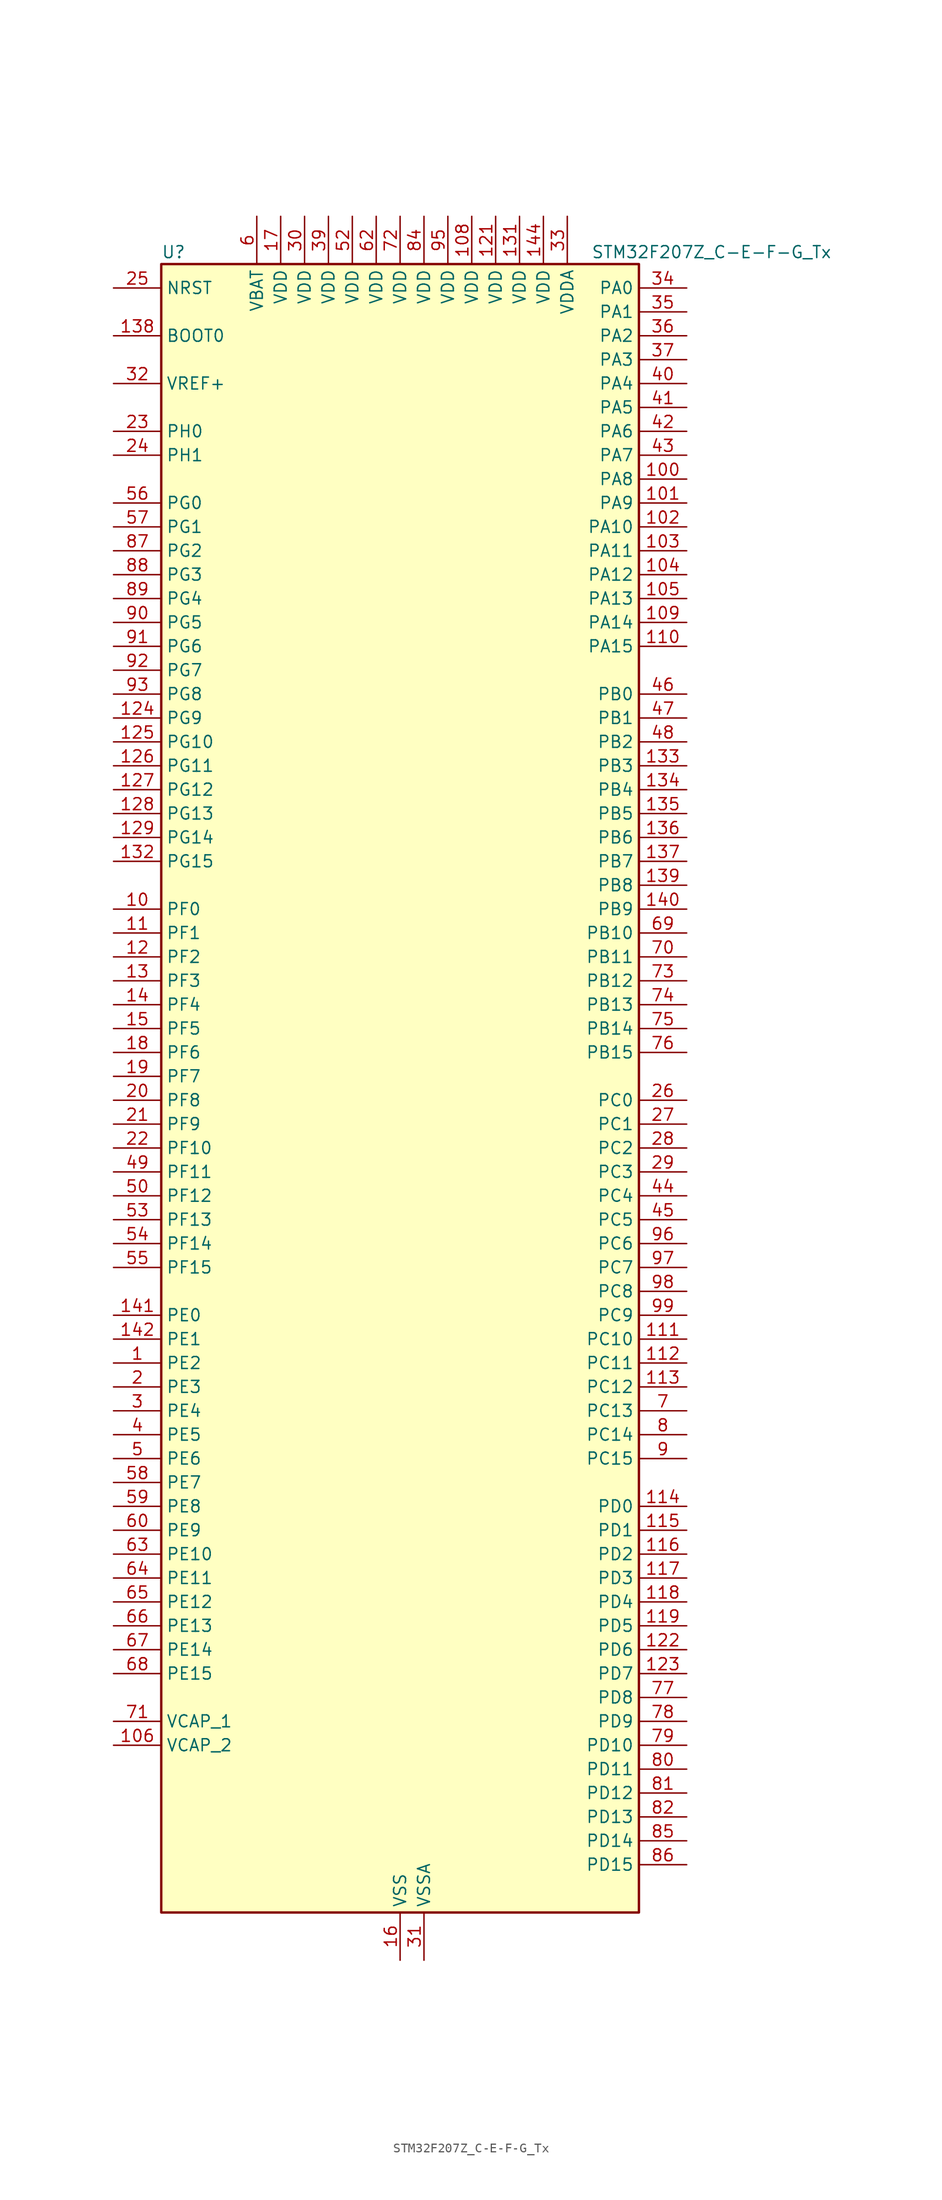
<source format=kicad_sym>
(kicad_symbol_lib
  (version 20231120)
  (generator "kicad_symbol_editor")
  (generator_version "8.0")
  (symbol "STM32F207Z_C-E-F-G_Tx"
    (property "Reference" "U"
      (at -25.4 90.17 0)
      (effects (font (size 1.27 1.27)) (justify left)))
    (property "Value" "STM32F207Z_C-E-F-G_Tx"
      (at 20.32 90.17 0)
      (effects (font (size 1.27 1.27)) (justify left)))
    (property "ki_locked" ""
      (at 0 0 0)
      (effects (font (size 1.27 1.27))))
    (symbol "STM32F207Z_C-E-F-G_Tx_0_1"
      (rectangle (start -25.4 -86.36) (end 25.4 88.9) (stroke (width 0.254) (type default)) (fill (type background))))
    (symbol "STM32F207Z_C-E-F-G_Tx_1_1"
      (pin bidirectional line (at -30.48 -27.94 0) (length 5.08) (name "PE2" (effects (font (size 1.27 1.27)))) (number "1" (effects (font (size 1.27 1.27)))) (alternate "ETH_TXD3" bidirectional line) (alternate "FSMC_A23" bidirectional line) (alternate "SYS_TRACECLK" bidirectional line))
      (pin bidirectional line (at -30.48 20.32 0) (length 5.08) (name "PF0" (effects (font (size 1.27 1.27)))) (number "10" (effects (font (size 1.27 1.27)))) (alternate "FSMC_A0" bidirectional line) (alternate "I2C2_SDA" bidirectional line))
      (pin bidirectional line (at 30.48 66.04 180) (length 5.08) (name "PA8" (effects (font (size 1.27 1.27)))) (number "100" (effects (font (size 1.27 1.27)))) (alternate "I2C3_SCL" bidirectional line) (alternate "RCC_MCO_1" bidirectional line) (alternate "TIM1_CH1" bidirectional line) (alternate "USART1_CK" bidirectional line) (alternate "USB_OTG_FS_SOF" bidirectional line))
      (pin bidirectional line (at 30.48 63.5 180) (length 5.08) (name "PA9" (effects (font (size 1.27 1.27)))) (number "101" (effects (font (size 1.27 1.27)))) (alternate "DAC_EXTI9" bidirectional line) (alternate "DCMI_D0" bidirectional line) (alternate "I2C3_SMBA" bidirectional line) (alternate "TIM1_CH2" bidirectional line) (alternate "USART1_TX" bidirectional line) (alternate "USB_OTG_FS_VBUS" bidirectional line))
      (pin bidirectional line (at 30.48 60.96 180) (length 5.08) (name "PA10" (effects (font (size 1.27 1.27)))) (number "102" (effects (font (size 1.27 1.27)))) (alternate "DCMI_D1" bidirectional line) (alternate "TIM1_CH3" bidirectional line) (alternate "USART1_RX" bidirectional line) (alternate "USB_OTG_FS_ID" bidirectional line))
      (pin bidirectional line (at 30.48 58.42 180) (length 5.08) (name "PA11" (effects (font (size 1.27 1.27)))) (number "103" (effects (font (size 1.27 1.27)))) (alternate "ADC1_EXTI11" bidirectional line) (alternate "ADC2_EXTI11" bidirectional line) (alternate "ADC3_EXTI11" bidirectional line) (alternate "CAN1_RX" bidirectional line) (alternate "TIM1_CH4" bidirectional line) (alternate "USART1_CTS" bidirectional line) (alternate "USB_OTG_FS_DM" bidirectional line))
      (pin bidirectional line (at 30.48 55.88 180) (length 5.08) (name "PA12" (effects (font (size 1.27 1.27)))) (number "104" (effects (font (size 1.27 1.27)))) (alternate "CAN1_TX" bidirectional line) (alternate "TIM1_ETR" bidirectional line) (alternate "USART1_RTS" bidirectional line) (alternate "USB_OTG_FS_DP" bidirectional line))
      (pin bidirectional line (at 30.48 53.34 180) (length 5.08) (name "PA13" (effects (font (size 1.27 1.27)))) (number "105" (effects (font (size 1.27 1.27)))) (alternate "SYS_JTMS-SWDIO" bidirectional line))
      (pin power_out line (at -30.48 -68.58 0) (length 5.08) (name "VCAP_2" (effects (font (size 1.27 1.27)))) (number "106" (effects (font (size 1.27 1.27)))))
      (pin passive line (at 0 -91.44 90) (length 5.08) hide (name "VSS" (effects (font (size 1.27 1.27)))) (number "107" (effects (font (size 1.27 1.27)))))
      (pin power_in line (at 7.62 93.98 270) (length 5.08) (name "VDD" (effects (font (size 1.27 1.27)))) (number "108" (effects (font (size 1.27 1.27)))))
      (pin bidirectional line (at 30.48 50.8 180) (length 5.08) (name "PA14" (effects (font (size 1.27 1.27)))) (number "109" (effects (font (size 1.27 1.27)))) (alternate "SYS_JTCK-SWCLK" bidirectional line))
      (pin bidirectional line (at -30.48 17.78 0) (length 5.08) (name "PF1" (effects (font (size 1.27 1.27)))) (number "11" (effects (font (size 1.27 1.27)))) (alternate "FSMC_A1" bidirectional line) (alternate "I2C2_SCL" bidirectional line))
      (pin bidirectional line (at 30.48 48.26 180) (length 5.08) (name "PA15" (effects (font (size 1.27 1.27)))) (number "110" (effects (font (size 1.27 1.27)))) (alternate "ADC1_EXTI15" bidirectional line) (alternate "ADC2_EXTI15" bidirectional line) (alternate "ADC3_EXTI15" bidirectional line) (alternate "I2S3_WS" bidirectional line) (alternate "SPI1_NSS" bidirectional line) (alternate "SPI3_NSS" bidirectional line) (alternate "SYS_JTDI" bidirectional line) (alternate "TIM2_CH1" bidirectional line) (alternate "TIM2_ETR" bidirectional line))
      (pin bidirectional line (at 30.48 -25.4 180) (length 5.08) (name "PC10" (effects (font (size 1.27 1.27)))) (number "111" (effects (font (size 1.27 1.27)))) (alternate "DCMI_D8" bidirectional line) (alternate "I2S3_SCK" bidirectional line) (alternate "SDIO_D2" bidirectional line) (alternate "SPI3_SCK" bidirectional line) (alternate "UART4_TX" bidirectional line) (alternate "USART3_TX" bidirectional line))
      (pin bidirectional line (at 30.48 -27.94 180) (length 5.08) (name "PC11" (effects (font (size 1.27 1.27)))) (number "112" (effects (font (size 1.27 1.27)))) (alternate "ADC1_EXTI11" bidirectional line) (alternate "ADC2_EXTI11" bidirectional line) (alternate "ADC3_EXTI11" bidirectional line) (alternate "DCMI_D4" bidirectional line) (alternate "SDIO_D3" bidirectional line) (alternate "SPI3_MISO" bidirectional line) (alternate "UART4_RX" bidirectional line) (alternate "USART3_RX" bidirectional line))
      (pin bidirectional line (at 30.48 -30.48 180) (length 5.08) (name "PC12" (effects (font (size 1.27 1.27)))) (number "113" (effects (font (size 1.27 1.27)))) (alternate "DCMI_D9" bidirectional line) (alternate "I2S3_SD" bidirectional line) (alternate "SDIO_CK" bidirectional line) (alternate "SPI3_MOSI" bidirectional line) (alternate "UART5_TX" bidirectional line) (alternate "USART3_CK" bidirectional line))
      (pin bidirectional line (at 30.48 -43.18 180) (length 5.08) (name "PD0" (effects (font (size 1.27 1.27)))) (number "114" (effects (font (size 1.27 1.27)))) (alternate "CAN1_RX" bidirectional line) (alternate "FSMC_D2" bidirectional line) (alternate "FSMC_DA2" bidirectional line))
      (pin bidirectional line (at 30.48 -45.72 180) (length 5.08) (name "PD1" (effects (font (size 1.27 1.27)))) (number "115" (effects (font (size 1.27 1.27)))) (alternate "CAN1_TX" bidirectional line) (alternate "FSMC_D3" bidirectional line) (alternate "FSMC_DA3" bidirectional line))
      (pin bidirectional line (at 30.48 -48.26 180) (length 5.08) (name "PD2" (effects (font (size 1.27 1.27)))) (number "116" (effects (font (size 1.27 1.27)))) (alternate "DCMI_D11" bidirectional line) (alternate "SDIO_CMD" bidirectional line) (alternate "TIM3_ETR" bidirectional line) (alternate "UART5_RX" bidirectional line))
      (pin bidirectional line (at 30.48 -50.8 180) (length 5.08) (name "PD3" (effects (font (size 1.27 1.27)))) (number "117" (effects (font (size 1.27 1.27)))) (alternate "FSMC_CLK" bidirectional line) (alternate "USART2_CTS" bidirectional line))
      (pin bidirectional line (at 30.48 -53.34 180) (length 5.08) (name "PD4" (effects (font (size 1.27 1.27)))) (number "118" (effects (font (size 1.27 1.27)))) (alternate "FSMC_NOE" bidirectional line) (alternate "USART2_RTS" bidirectional line))
      (pin bidirectional line (at 30.48 -55.88 180) (length 5.08) (name "PD5" (effects (font (size 1.27 1.27)))) (number "119" (effects (font (size 1.27 1.27)))) (alternate "FSMC_NWE" bidirectional line) (alternate "USART2_TX" bidirectional line))
      (pin bidirectional line (at -30.48 15.24 0) (length 5.08) (name "PF2" (effects (font (size 1.27 1.27)))) (number "12" (effects (font (size 1.27 1.27)))) (alternate "FSMC_A2" bidirectional line) (alternate "I2C2_SMBA" bidirectional line))
      (pin passive line (at 0 -91.44 90) (length 5.08) hide (name "VSS" (effects (font (size 1.27 1.27)))) (number "120" (effects (font (size 1.27 1.27)))))
      (pin power_in line (at 10.16 93.98 270) (length 5.08) (name "VDD" (effects (font (size 1.27 1.27)))) (number "121" (effects (font (size 1.27 1.27)))))
      (pin bidirectional line (at 30.48 -58.42 180) (length 5.08) (name "PD6" (effects (font (size 1.27 1.27)))) (number "122" (effects (font (size 1.27 1.27)))) (alternate "FSMC_NWAIT" bidirectional line) (alternate "USART2_RX" bidirectional line))
      (pin bidirectional line (at 30.48 -60.96 180) (length 5.08) (name "PD7" (effects (font (size 1.27 1.27)))) (number "123" (effects (font (size 1.27 1.27)))) (alternate "FSMC_NCE2" bidirectional line) (alternate "FSMC_NE1" bidirectional line) (alternate "USART2_CK" bidirectional line))
      (pin bidirectional line (at -30.48 40.64 0) (length 5.08) (name "PG9" (effects (font (size 1.27 1.27)))) (number "124" (effects (font (size 1.27 1.27)))) (alternate "DAC_EXTI9" bidirectional line) (alternate "FSMC_NCE3" bidirectional line) (alternate "FSMC_NE2" bidirectional line) (alternate "USART6_RX" bidirectional line))
      (pin bidirectional line (at -30.48 38.1 0) (length 5.08) (name "PG10" (effects (font (size 1.27 1.27)))) (number "125" (effects (font (size 1.27 1.27)))) (alternate "FSMC_NCE4_1" bidirectional line) (alternate "FSMC_NE3" bidirectional line))
      (pin bidirectional line (at -30.48 35.56 0) (length 5.08) (name "PG11" (effects (font (size 1.27 1.27)))) (number "126" (effects (font (size 1.27 1.27)))) (alternate "ADC1_EXTI11" bidirectional line) (alternate "ADC2_EXTI11" bidirectional line) (alternate "ADC3_EXTI11" bidirectional line) (alternate "ETH_TX_EN" bidirectional line) (alternate "FSMC_NCE4_2" bidirectional line))
      (pin bidirectional line (at -30.48 33.02 0) (length 5.08) (name "PG12" (effects (font (size 1.27 1.27)))) (number "127" (effects (font (size 1.27 1.27)))) (alternate "FSMC_NE4" bidirectional line) (alternate "USART6_RTS" bidirectional line))
      (pin bidirectional line (at -30.48 30.48 0) (length 5.08) (name "PG13" (effects (font (size 1.27 1.27)))) (number "128" (effects (font (size 1.27 1.27)))) (alternate "ETH_TXD0" bidirectional line) (alternate "FSMC_A24" bidirectional line) (alternate "USART6_CTS" bidirectional line))
      (pin bidirectional line (at -30.48 27.94 0) (length 5.08) (name "PG14" (effects (font (size 1.27 1.27)))) (number "129" (effects (font (size 1.27 1.27)))) (alternate "ETH_TXD1" bidirectional line) (alternate "FSMC_A25" bidirectional line) (alternate "USART6_TX" bidirectional line))
      (pin bidirectional line (at -30.48 12.7 0) (length 5.08) (name "PF3" (effects (font (size 1.27 1.27)))) (number "13" (effects (font (size 1.27 1.27)))) (alternate "ADC3_IN9" bidirectional line) (alternate "FSMC_A3" bidirectional line))
      (pin passive line (at 0 -91.44 90) (length 5.08) hide (name "VSS" (effects (font (size 1.27 1.27)))) (number "130" (effects (font (size 1.27 1.27)))))
      (pin power_in line (at 12.7 93.98 270) (length 5.08) (name "VDD" (effects (font (size 1.27 1.27)))) (number "131" (effects (font (size 1.27 1.27)))))
      (pin bidirectional line (at -30.48 25.4 0) (length 5.08) (name "PG15" (effects (font (size 1.27 1.27)))) (number "132" (effects (font (size 1.27 1.27)))) (alternate "ADC1_EXTI15" bidirectional line) (alternate "ADC2_EXTI15" bidirectional line) (alternate "ADC3_EXTI15" bidirectional line) (alternate "DCMI_D13" bidirectional line) (alternate "USART6_CTS" bidirectional line))
      (pin bidirectional line (at 30.48 35.56 180) (length 5.08) (name "PB3" (effects (font (size 1.27 1.27)))) (number "133" (effects (font (size 1.27 1.27)))) (alternate "I2S3_SCK" bidirectional line) (alternate "SPI1_SCK" bidirectional line) (alternate "SPI3_SCK" bidirectional line) (alternate "SYS_JTDO-SWO" bidirectional line) (alternate "TIM2_CH2" bidirectional line))
      (pin bidirectional line (at 30.48 33.02 180) (length 5.08) (name "PB4" (effects (font (size 1.27 1.27)))) (number "134" (effects (font (size 1.27 1.27)))) (alternate "SPI1_MISO" bidirectional line) (alternate "SPI3_MISO" bidirectional line) (alternate "SYS_JTRST" bidirectional line) (alternate "TIM3_CH1" bidirectional line))
      (pin bidirectional line (at 30.48 30.48 180) (length 5.08) (name "PB5" (effects (font (size 1.27 1.27)))) (number "135" (effects (font (size 1.27 1.27)))) (alternate "CAN2_RX" bidirectional line) (alternate "DCMI_D10" bidirectional line) (alternate "ETH_PPS_OUT" bidirectional line) (alternate "I2C1_SMBA" bidirectional line) (alternate "I2S3_SD" bidirectional line) (alternate "SPI1_MOSI" bidirectional line) (alternate "SPI3_MOSI" bidirectional line) (alternate "TIM3_CH2" bidirectional line) (alternate "USB_OTG_HS_ULPI_D7" bidirectional line))
      (pin bidirectional line (at 30.48 27.94 180) (length 5.08) (name "PB6" (effects (font (size 1.27 1.27)))) (number "136" (effects (font (size 1.27 1.27)))) (alternate "CAN2_TX" bidirectional line) (alternate "DCMI_D5" bidirectional line) (alternate "I2C1_SCL" bidirectional line) (alternate "TIM4_CH1" bidirectional line) (alternate "USART1_TX" bidirectional line))
      (pin bidirectional line (at 30.48 25.4 180) (length 5.08) (name "PB7" (effects (font (size 1.27 1.27)))) (number "137" (effects (font (size 1.27 1.27)))) (alternate "DCMI_VSYNC" bidirectional line) (alternate "FSMC_NL" bidirectional line) (alternate "I2C1_SDA" bidirectional line) (alternate "TIM4_CH2" bidirectional line) (alternate "USART1_RX" bidirectional line))
      (pin input line (at -30.48 81.28 0) (length 5.08) (name "BOOT0" (effects (font (size 1.27 1.27)))) (number "138" (effects (font (size 1.27 1.27)))))
      (pin bidirectional line (at 30.48 22.86 180) (length 5.08) (name "PB8" (effects (font (size 1.27 1.27)))) (number "139" (effects (font (size 1.27 1.27)))) (alternate "CAN1_RX" bidirectional line) (alternate "DCMI_D6" bidirectional line) (alternate "ETH_TXD3" bidirectional line) (alternate "I2C1_SCL" bidirectional line) (alternate "SDIO_D4" bidirectional line) (alternate "TIM10_CH1" bidirectional line) (alternate "TIM4_CH3" bidirectional line))
      (pin bidirectional line (at -30.48 10.16 0) (length 5.08) (name "PF4" (effects (font (size 1.27 1.27)))) (number "14" (effects (font (size 1.27 1.27)))) (alternate "ADC3_IN14" bidirectional line) (alternate "FSMC_A4" bidirectional line))
      (pin bidirectional line (at 30.48 20.32 180) (length 5.08) (name "PB9" (effects (font (size 1.27 1.27)))) (number "140" (effects (font (size 1.27 1.27)))) (alternate "CAN1_TX" bidirectional line) (alternate "DAC_EXTI9" bidirectional line) (alternate "DCMI_D7" bidirectional line) (alternate "I2C1_SDA" bidirectional line) (alternate "I2S2_WS" bidirectional line) (alternate "SDIO_D5" bidirectional line) (alternate "SPI2_NSS" bidirectional line) (alternate "TIM11_CH1" bidirectional line) (alternate "TIM4_CH4" bidirectional line))
      (pin bidirectional line (at -30.48 -22.86 0) (length 5.08) (name "PE0" (effects (font (size 1.27 1.27)))) (number "141" (effects (font (size 1.27 1.27)))) (alternate "DCMI_D2" bidirectional line) (alternate "FSMC_NBL0" bidirectional line) (alternate "TIM4_ETR" bidirectional line))
      (pin bidirectional line (at -30.48 -25.4 0) (length 5.08) (name "PE1" (effects (font (size 1.27 1.27)))) (number "142" (effects (font (size 1.27 1.27)))) (alternate "DCMI_D3" bidirectional line) (alternate "FSMC_NBL1" bidirectional line))
      (pin no_connect line (at -25.4 -86.36 0) (length 5.08) hide (name "RFU" (effects (font (size 1.27 1.27)))) (number "143" (effects (font (size 1.27 1.27)))))
      (pin power_in line (at 15.24 93.98 270) (length 5.08) (name "VDD" (effects (font (size 1.27 1.27)))) (number "144" (effects (font (size 1.27 1.27)))))
      (pin bidirectional line (at -30.48 7.62 0) (length 5.08) (name "PF5" (effects (font (size 1.27 1.27)))) (number "15" (effects (font (size 1.27 1.27)))) (alternate "ADC3_IN15" bidirectional line) (alternate "FSMC_A5" bidirectional line))
      (pin power_in line (at 0 -91.44 90) (length 5.08) (name "VSS" (effects (font (size 1.27 1.27)))) (number "16" (effects (font (size 1.27 1.27)))))
      (pin power_in line (at -12.7 93.98 270) (length 5.08) (name "VDD" (effects (font (size 1.27 1.27)))) (number "17" (effects (font (size 1.27 1.27)))))
      (pin bidirectional line (at -30.48 5.08 0) (length 5.08) (name "PF6" (effects (font (size 1.27 1.27)))) (number "18" (effects (font (size 1.27 1.27)))) (alternate "ADC3_IN4" bidirectional line) (alternate "FSMC_NIORD" bidirectional line) (alternate "TIM10_CH1" bidirectional line))
      (pin bidirectional line (at -30.48 2.54 0) (length 5.08) (name "PF7" (effects (font (size 1.27 1.27)))) (number "19" (effects (font (size 1.27 1.27)))) (alternate "ADC3_IN5" bidirectional line) (alternate "FSMC_NREG" bidirectional line) (alternate "TIM11_CH1" bidirectional line))
      (pin bidirectional line (at -30.48 -30.48 0) (length 5.08) (name "PE3" (effects (font (size 1.27 1.27)))) (number "2" (effects (font (size 1.27 1.27)))) (alternate "FSMC_A19" bidirectional line) (alternate "SYS_TRACED0" bidirectional line))
      (pin bidirectional line (at -30.48 0 0) (length 5.08) (name "PF8" (effects (font (size 1.27 1.27)))) (number "20" (effects (font (size 1.27 1.27)))) (alternate "ADC3_IN6" bidirectional line) (alternate "FSMC_NIOWR" bidirectional line) (alternate "TIM13_CH1" bidirectional line))
      (pin bidirectional line (at -30.48 -2.54 0) (length 5.08) (name "PF9" (effects (font (size 1.27 1.27)))) (number "21" (effects (font (size 1.27 1.27)))) (alternate "ADC3_IN7" bidirectional line) (alternate "DAC_EXTI9" bidirectional line) (alternate "FSMC_CD" bidirectional line) (alternate "TIM14_CH1" bidirectional line))
      (pin bidirectional line (at -30.48 -5.08 0) (length 5.08) (name "PF10" (effects (font (size 1.27 1.27)))) (number "22" (effects (font (size 1.27 1.27)))) (alternate "ADC3_IN8" bidirectional line) (alternate "FSMC_INTR" bidirectional line))
      (pin bidirectional line (at -30.48 71.12 0) (length 5.08) (name "PH0" (effects (font (size 1.27 1.27)))) (number "23" (effects (font (size 1.27 1.27)))) (alternate "RCC_OSC_IN" bidirectional line))
      (pin bidirectional line (at -30.48 68.58 0) (length 5.08) (name "PH1" (effects (font (size 1.27 1.27)))) (number "24" (effects (font (size 1.27 1.27)))) (alternate "RCC_OSC_OUT" bidirectional line))
      (pin input line (at -30.48 86.36 0) (length 5.08) (name "NRST" (effects (font (size 1.27 1.27)))) (number "25" (effects (font (size 1.27 1.27)))))
      (pin bidirectional line (at 30.48 0 180) (length 5.08) (name "PC0" (effects (font (size 1.27 1.27)))) (number "26" (effects (font (size 1.27 1.27)))) (alternate "ADC1_IN10" bidirectional line) (alternate "ADC2_IN10" bidirectional line) (alternate "ADC3_IN10" bidirectional line) (alternate "USB_OTG_HS_ULPI_STP" bidirectional line))
      (pin bidirectional line (at 30.48 -2.54 180) (length 5.08) (name "PC1" (effects (font (size 1.27 1.27)))) (number "27" (effects (font (size 1.27 1.27)))) (alternate "ADC1_IN11" bidirectional line) (alternate "ADC2_IN11" bidirectional line) (alternate "ADC3_IN11" bidirectional line) (alternate "ETH_MDC" bidirectional line))
      (pin bidirectional line (at 30.48 -5.08 180) (length 5.08) (name "PC2" (effects (font (size 1.27 1.27)))) (number "28" (effects (font (size 1.27 1.27)))) (alternate "ADC1_IN12" bidirectional line) (alternate "ADC2_IN12" bidirectional line) (alternate "ADC3_IN12" bidirectional line) (alternate "ETH_TXD2" bidirectional line) (alternate "SPI2_MISO" bidirectional line) (alternate "USB_OTG_HS_ULPI_DIR" bidirectional line))
      (pin bidirectional line (at 30.48 -7.62 180) (length 5.08) (name "PC3" (effects (font (size 1.27 1.27)))) (number "29" (effects (font (size 1.27 1.27)))) (alternate "ADC1_IN13" bidirectional line) (alternate "ADC2_IN13" bidirectional line) (alternate "ADC3_IN13" bidirectional line) (alternate "ETH_TX_CLK" bidirectional line) (alternate "I2S2_SD" bidirectional line) (alternate "SPI2_MOSI" bidirectional line) (alternate "USB_OTG_HS_ULPI_NXT" bidirectional line))
      (pin bidirectional line (at -30.48 -33.02 0) (length 5.08) (name "PE4" (effects (font (size 1.27 1.27)))) (number "3" (effects (font (size 1.27 1.27)))) (alternate "DCMI_D4" bidirectional line) (alternate "FSMC_A20" bidirectional line) (alternate "SYS_TRACED1" bidirectional line))
      (pin power_in line (at -10.16 93.98 270) (length 5.08) (name "VDD" (effects (font (size 1.27 1.27)))) (number "30" (effects (font (size 1.27 1.27)))))
      (pin power_in line (at 2.54 -91.44 90) (length 5.08) (name "VSSA" (effects (font (size 1.27 1.27)))) (number "31" (effects (font (size 1.27 1.27)))))
      (pin input line (at -30.48 76.2 0) (length 5.08) (name "VREF+" (effects (font (size 1.27 1.27)))) (number "32" (effects (font (size 1.27 1.27)))))
      (pin power_in line (at 17.78 93.98 270) (length 5.08) (name "VDDA" (effects (font (size 1.27 1.27)))) (number "33" (effects (font (size 1.27 1.27)))))
      (pin bidirectional line (at 30.48 86.36 180) (length 5.08) (name "PA0" (effects (font (size 1.27 1.27)))) (number "34" (effects (font (size 1.27 1.27)))) (alternate "ADC1_IN0" bidirectional line) (alternate "ADC2_IN0" bidirectional line) (alternate "ADC3_IN0" bidirectional line) (alternate "ETH_CRS" bidirectional line) (alternate "SYS_WKUP" bidirectional line) (alternate "TIM2_CH1" bidirectional line) (alternate "TIM2_ETR" bidirectional line) (alternate "TIM5_CH1" bidirectional line) (alternate "TIM8_ETR" bidirectional line) (alternate "UART4_TX" bidirectional line) (alternate "USART2_CTS" bidirectional line))
      (pin bidirectional line (at 30.48 83.82 180) (length 5.08) (name "PA1" (effects (font (size 1.27 1.27)))) (number "35" (effects (font (size 1.27 1.27)))) (alternate "ADC1_IN1" bidirectional line) (alternate "ADC2_IN1" bidirectional line) (alternate "ADC3_IN1" bidirectional line) (alternate "ETH_REF_CLK" bidirectional line) (alternate "ETH_RX_CLK" bidirectional line) (alternate "TIM2_CH2" bidirectional line) (alternate "TIM5_CH2" bidirectional line) (alternate "UART4_RX" bidirectional line) (alternate "USART2_RTS" bidirectional line))
      (pin bidirectional line (at 30.48 81.28 180) (length 5.08) (name "PA2" (effects (font (size 1.27 1.27)))) (number "36" (effects (font (size 1.27 1.27)))) (alternate "ADC1_IN2" bidirectional line) (alternate "ADC2_IN2" bidirectional line) (alternate "ADC3_IN2" bidirectional line) (alternate "ETH_MDIO" bidirectional line) (alternate "TIM2_CH3" bidirectional line) (alternate "TIM5_CH3" bidirectional line) (alternate "TIM9_CH1" bidirectional line) (alternate "USART2_TX" bidirectional line))
      (pin bidirectional line (at 30.48 78.74 180) (length 5.08) (name "PA3" (effects (font (size 1.27 1.27)))) (number "37" (effects (font (size 1.27 1.27)))) (alternate "ADC1_IN3" bidirectional line) (alternate "ADC2_IN3" bidirectional line) (alternate "ADC3_IN3" bidirectional line) (alternate "ETH_COL" bidirectional line) (alternate "TIM2_CH4" bidirectional line) (alternate "TIM5_CH4" bidirectional line) (alternate "TIM9_CH2" bidirectional line) (alternate "USART2_RX" bidirectional line) (alternate "USB_OTG_HS_ULPI_D0" bidirectional line))
      (pin passive line (at 0 -91.44 90) (length 5.08) hide (name "VSS" (effects (font (size 1.27 1.27)))) (number "38" (effects (font (size 1.27 1.27)))))
      (pin power_in line (at -7.62 93.98 270) (length 5.08) (name "VDD" (effects (font (size 1.27 1.27)))) (number "39" (effects (font (size 1.27 1.27)))))
      (pin bidirectional line (at -30.48 -35.56 0) (length 5.08) (name "PE5" (effects (font (size 1.27 1.27)))) (number "4" (effects (font (size 1.27 1.27)))) (alternate "DCMI_D6" bidirectional line) (alternate "FSMC_A21" bidirectional line) (alternate "SYS_TRACED2" bidirectional line) (alternate "TIM9_CH1" bidirectional line))
      (pin bidirectional line (at 30.48 76.2 180) (length 5.08) (name "PA4" (effects (font (size 1.27 1.27)))) (number "40" (effects (font (size 1.27 1.27)))) (alternate "ADC1_IN4" bidirectional line) (alternate "ADC2_IN4" bidirectional line) (alternate "DAC_OUT1" bidirectional line) (alternate "DCMI_HSYNC" bidirectional line) (alternate "I2S3_WS" bidirectional line) (alternate "SPI1_NSS" bidirectional line) (alternate "SPI3_NSS" bidirectional line) (alternate "USART2_CK" bidirectional line) (alternate "USB_OTG_HS_SOF" bidirectional line))
      (pin bidirectional line (at 30.48 73.66 180) (length 5.08) (name "PA5" (effects (font (size 1.27 1.27)))) (number "41" (effects (font (size 1.27 1.27)))) (alternate "ADC1_IN5" bidirectional line) (alternate "ADC2_IN5" bidirectional line) (alternate "DAC_OUT2" bidirectional line) (alternate "SPI1_SCK" bidirectional line) (alternate "TIM2_CH1" bidirectional line) (alternate "TIM2_ETR" bidirectional line) (alternate "TIM8_CH1N" bidirectional line) (alternate "USB_OTG_HS_ULPI_CK" bidirectional line))
      (pin bidirectional line (at 30.48 71.12 180) (length 5.08) (name "PA6" (effects (font (size 1.27 1.27)))) (number "42" (effects (font (size 1.27 1.27)))) (alternate "ADC1_IN6" bidirectional line) (alternate "ADC2_IN6" bidirectional line) (alternate "DCMI_PIXCLK" bidirectional line) (alternate "SPI1_MISO" bidirectional line) (alternate "TIM13_CH1" bidirectional line) (alternate "TIM1_BKIN" bidirectional line) (alternate "TIM3_CH1" bidirectional line) (alternate "TIM8_BKIN" bidirectional line))
      (pin bidirectional line (at 30.48 68.58 180) (length 5.08) (name "PA7" (effects (font (size 1.27 1.27)))) (number "43" (effects (font (size 1.27 1.27)))) (alternate "ADC1_IN7" bidirectional line) (alternate "ADC2_IN7" bidirectional line) (alternate "ETH_CRS_DV" bidirectional line) (alternate "ETH_RX_DV" bidirectional line) (alternate "SPI1_MOSI" bidirectional line) (alternate "TIM14_CH1" bidirectional line) (alternate "TIM1_CH1N" bidirectional line) (alternate "TIM3_CH2" bidirectional line) (alternate "TIM8_CH1N" bidirectional line))
      (pin bidirectional line (at 30.48 -10.16 180) (length 5.08) (name "PC4" (effects (font (size 1.27 1.27)))) (number "44" (effects (font (size 1.27 1.27)))) (alternate "ADC1_IN14" bidirectional line) (alternate "ADC2_IN14" bidirectional line) (alternate "ETH_RXD0" bidirectional line))
      (pin bidirectional line (at 30.48 -12.7 180) (length 5.08) (name "PC5" (effects (font (size 1.27 1.27)))) (number "45" (effects (font (size 1.27 1.27)))) (alternate "ADC1_IN15" bidirectional line) (alternate "ADC2_IN15" bidirectional line) (alternate "ETH_RXD1" bidirectional line))
      (pin bidirectional line (at 30.48 43.18 180) (length 5.08) (name "PB0" (effects (font (size 1.27 1.27)))) (number "46" (effects (font (size 1.27 1.27)))) (alternate "ADC1_IN8" bidirectional line) (alternate "ADC2_IN8" bidirectional line) (alternate "ETH_RXD2" bidirectional line) (alternate "TIM1_CH2N" bidirectional line) (alternate "TIM3_CH3" bidirectional line) (alternate "TIM8_CH2N" bidirectional line) (alternate "USB_OTG_HS_ULPI_D1" bidirectional line))
      (pin bidirectional line (at 30.48 40.64 180) (length 5.08) (name "PB1" (effects (font (size 1.27 1.27)))) (number "47" (effects (font (size 1.27 1.27)))) (alternate "ADC1_IN9" bidirectional line) (alternate "ADC2_IN9" bidirectional line) (alternate "ETH_RXD3" bidirectional line) (alternate "TIM1_CH3N" bidirectional line) (alternate "TIM3_CH4" bidirectional line) (alternate "TIM8_CH3N" bidirectional line) (alternate "USB_OTG_HS_ULPI_D2" bidirectional line))
      (pin bidirectional line (at 30.48 38.1 180) (length 5.08) (name "PB2" (effects (font (size 1.27 1.27)))) (number "48" (effects (font (size 1.27 1.27)))))
      (pin bidirectional line (at -30.48 -7.62 0) (length 5.08) (name "PF11" (effects (font (size 1.27 1.27)))) (number "49" (effects (font (size 1.27 1.27)))) (alternate "ADC1_EXTI11" bidirectional line) (alternate "ADC2_EXTI11" bidirectional line) (alternate "ADC3_EXTI11" bidirectional line) (alternate "DCMI_D12" bidirectional line))
      (pin bidirectional line (at -30.48 -38.1 0) (length 5.08) (name "PE6" (effects (font (size 1.27 1.27)))) (number "5" (effects (font (size 1.27 1.27)))) (alternate "DCMI_D7" bidirectional line) (alternate "FSMC_A22" bidirectional line) (alternate "SYS_TRACED3" bidirectional line) (alternate "TIM9_CH2" bidirectional line))
      (pin bidirectional line (at -30.48 -10.16 0) (length 5.08) (name "PF12" (effects (font (size 1.27 1.27)))) (number "50" (effects (font (size 1.27 1.27)))) (alternate "FSMC_A6" bidirectional line))
      (pin passive line (at 0 -91.44 90) (length 5.08) hide (name "VSS" (effects (font (size 1.27 1.27)))) (number "51" (effects (font (size 1.27 1.27)))))
      (pin power_in line (at -5.08 93.98 270) (length 5.08) (name "VDD" (effects (font (size 1.27 1.27)))) (number "52" (effects (font (size 1.27 1.27)))))
      (pin bidirectional line (at -30.48 -12.7 0) (length 5.08) (name "PF13" (effects (font (size 1.27 1.27)))) (number "53" (effects (font (size 1.27 1.27)))) (alternate "FSMC_A7" bidirectional line))
      (pin bidirectional line (at -30.48 -15.24 0) (length 5.08) (name "PF14" (effects (font (size 1.27 1.27)))) (number "54" (effects (font (size 1.27 1.27)))) (alternate "FSMC_A8" bidirectional line))
      (pin bidirectional line (at -30.48 -17.78 0) (length 5.08) (name "PF15" (effects (font (size 1.27 1.27)))) (number "55" (effects (font (size 1.27 1.27)))) (alternate "ADC1_EXTI15" bidirectional line) (alternate "ADC2_EXTI15" bidirectional line) (alternate "ADC3_EXTI15" bidirectional line) (alternate "FSMC_A9" bidirectional line))
      (pin bidirectional line (at -30.48 63.5 0) (length 5.08) (name "PG0" (effects (font (size 1.27 1.27)))) (number "56" (effects (font (size 1.27 1.27)))) (alternate "FSMC_A10" bidirectional line))
      (pin bidirectional line (at -30.48 60.96 0) (length 5.08) (name "PG1" (effects (font (size 1.27 1.27)))) (number "57" (effects (font (size 1.27 1.27)))) (alternate "FSMC_A11" bidirectional line))
      (pin bidirectional line (at -30.48 -40.64 0) (length 5.08) (name "PE7" (effects (font (size 1.27 1.27)))) (number "58" (effects (font (size 1.27 1.27)))) (alternate "FSMC_D4" bidirectional line) (alternate "FSMC_DA4" bidirectional line) (alternate "TIM1_ETR" bidirectional line))
      (pin bidirectional line (at -30.48 -43.18 0) (length 5.08) (name "PE8" (effects (font (size 1.27 1.27)))) (number "59" (effects (font (size 1.27 1.27)))) (alternate "FSMC_D5" bidirectional line) (alternate "FSMC_DA5" bidirectional line) (alternate "TIM1_CH1N" bidirectional line))
      (pin power_in line (at -15.24 93.98 270) (length 5.08) (name "VBAT" (effects (font (size 1.27 1.27)))) (number "6" (effects (font (size 1.27 1.27)))))
      (pin bidirectional line (at -30.48 -45.72 0) (length 5.08) (name "PE9" (effects (font (size 1.27 1.27)))) (number "60" (effects (font (size 1.27 1.27)))) (alternate "DAC_EXTI9" bidirectional line) (alternate "FSMC_D6" bidirectional line) (alternate "FSMC_DA6" bidirectional line) (alternate "TIM1_CH1" bidirectional line))
      (pin passive line (at 0 -91.44 90) (length 5.08) hide (name "VSS" (effects (font (size 1.27 1.27)))) (number "61" (effects (font (size 1.27 1.27)))))
      (pin power_in line (at -2.54 93.98 270) (length 5.08) (name "VDD" (effects (font (size 1.27 1.27)))) (number "62" (effects (font (size 1.27 1.27)))))
      (pin bidirectional line (at -30.48 -48.26 0) (length 5.08) (name "PE10" (effects (font (size 1.27 1.27)))) (number "63" (effects (font (size 1.27 1.27)))) (alternate "FSMC_D7" bidirectional line) (alternate "FSMC_DA7" bidirectional line) (alternate "TIM1_CH2N" bidirectional line))
      (pin bidirectional line (at -30.48 -50.8 0) (length 5.08) (name "PE11" (effects (font (size 1.27 1.27)))) (number "64" (effects (font (size 1.27 1.27)))) (alternate "ADC1_EXTI11" bidirectional line) (alternate "ADC2_EXTI11" bidirectional line) (alternate "ADC3_EXTI11" bidirectional line) (alternate "FSMC_D8" bidirectional line) (alternate "FSMC_DA8" bidirectional line) (alternate "TIM1_CH2" bidirectional line))
      (pin bidirectional line (at -30.48 -53.34 0) (length 5.08) (name "PE12" (effects (font (size 1.27 1.27)))) (number "65" (effects (font (size 1.27 1.27)))) (alternate "FSMC_D9" bidirectional line) (alternate "FSMC_DA9" bidirectional line) (alternate "TIM1_CH3N" bidirectional line))
      (pin bidirectional line (at -30.48 -55.88 0) (length 5.08) (name "PE13" (effects (font (size 1.27 1.27)))) (number "66" (effects (font (size 1.27 1.27)))) (alternate "FSMC_D10" bidirectional line) (alternate "FSMC_DA10" bidirectional line) (alternate "TIM1_CH3" bidirectional line))
      (pin bidirectional line (at -30.48 -58.42 0) (length 5.08) (name "PE14" (effects (font (size 1.27 1.27)))) (number "67" (effects (font (size 1.27 1.27)))) (alternate "FSMC_D11" bidirectional line) (alternate "FSMC_DA11" bidirectional line) (alternate "TIM1_CH4" bidirectional line))
      (pin bidirectional line (at -30.48 -60.96 0) (length 5.08) (name "PE15" (effects (font (size 1.27 1.27)))) (number "68" (effects (font (size 1.27 1.27)))) (alternate "ADC1_EXTI15" bidirectional line) (alternate "ADC2_EXTI15" bidirectional line) (alternate "ADC3_EXTI15" bidirectional line) (alternate "FSMC_D12" bidirectional line) (alternate "FSMC_DA12" bidirectional line) (alternate "TIM1_BKIN" bidirectional line))
      (pin bidirectional line (at 30.48 17.78 180) (length 5.08) (name "PB10" (effects (font (size 1.27 1.27)))) (number "69" (effects (font (size 1.27 1.27)))) (alternate "ETH_RX_ER" bidirectional line) (alternate "I2C2_SCL" bidirectional line) (alternate "I2S2_SCK" bidirectional line) (alternate "SPI2_SCK" bidirectional line) (alternate "TIM2_CH3" bidirectional line) (alternate "USART3_TX" bidirectional line) (alternate "USB_OTG_HS_ULPI_D3" bidirectional line))
      (pin bidirectional line (at 30.48 -33.02 180) (length 5.08) (name "PC13" (effects (font (size 1.27 1.27)))) (number "7" (effects (font (size 1.27 1.27)))) (alternate "RTC_AF1" bidirectional line))
      (pin bidirectional line (at 30.48 15.24 180) (length 5.08) (name "PB11" (effects (font (size 1.27 1.27)))) (number "70" (effects (font (size 1.27 1.27)))) (alternate "ADC1_EXTI11" bidirectional line) (alternate "ADC2_EXTI11" bidirectional line) (alternate "ADC3_EXTI11" bidirectional line) (alternate "ETH_TX_EN" bidirectional line) (alternate "I2C2_SDA" bidirectional line) (alternate "TIM2_CH4" bidirectional line) (alternate "USART3_RX" bidirectional line) (alternate "USB_OTG_HS_ULPI_D4" bidirectional line))
      (pin power_out line (at -30.48 -66.04 0) (length 5.08) (name "VCAP_1" (effects (font (size 1.27 1.27)))) (number "71" (effects (font (size 1.27 1.27)))))
      (pin power_in line (at 0 93.98 270) (length 5.08) (name "VDD" (effects (font (size 1.27 1.27)))) (number "72" (effects (font (size 1.27 1.27)))))
      (pin bidirectional line (at 30.48 12.7 180) (length 5.08) (name "PB12" (effects (font (size 1.27 1.27)))) (number "73" (effects (font (size 1.27 1.27)))) (alternate "CAN2_RX" bidirectional line) (alternate "ETH_TXD0" bidirectional line) (alternate "I2C2_SMBA" bidirectional line) (alternate "I2S2_WS" bidirectional line) (alternate "SPI2_NSS" bidirectional line) (alternate "TIM1_BKIN" bidirectional line) (alternate "USART3_CK" bidirectional line) (alternate "USB_OTG_HS_ID" bidirectional line) (alternate "USB_OTG_HS_ULPI_D5" bidirectional line))
      (pin bidirectional line (at 30.48 10.16 180) (length 5.08) (name "PB13" (effects (font (size 1.27 1.27)))) (number "74" (effects (font (size 1.27 1.27)))) (alternate "CAN2_TX" bidirectional line) (alternate "ETH_TXD1" bidirectional line) (alternate "I2S2_SCK" bidirectional line) (alternate "SPI2_SCK" bidirectional line) (alternate "TIM1_CH1N" bidirectional line) (alternate "USART3_CTS" bidirectional line) (alternate "USB_OTG_HS_ULPI_D6" bidirectional line) (alternate "USB_OTG_HS_VBUS" bidirectional line))
      (pin bidirectional line (at 30.48 7.62 180) (length 5.08) (name "PB14" (effects (font (size 1.27 1.27)))) (number "75" (effects (font (size 1.27 1.27)))) (alternate "SPI2_MISO" bidirectional line) (alternate "TIM12_CH1" bidirectional line) (alternate "TIM1_CH2N" bidirectional line) (alternate "TIM8_CH2N" bidirectional line) (alternate "USART3_RTS" bidirectional line) (alternate "USB_OTG_HS_DM" bidirectional line))
      (pin bidirectional line (at 30.48 5.08 180) (length 5.08) (name "PB15" (effects (font (size 1.27 1.27)))) (number "76" (effects (font (size 1.27 1.27)))) (alternate "ADC1_EXTI15" bidirectional line) (alternate "ADC2_EXTI15" bidirectional line) (alternate "ADC3_EXTI15" bidirectional line) (alternate "I2S2_SD" bidirectional line) (alternate "RTC_REFIN" bidirectional line) (alternate "SPI2_MOSI" bidirectional line) (alternate "TIM12_CH2" bidirectional line) (alternate "TIM1_CH3N" bidirectional line) (alternate "TIM8_CH3N" bidirectional line) (alternate "USB_OTG_HS_DP" bidirectional line))
      (pin bidirectional line (at 30.48 -63.5 180) (length 5.08) (name "PD8" (effects (font (size 1.27 1.27)))) (number "77" (effects (font (size 1.27 1.27)))) (alternate "FSMC_D13" bidirectional line) (alternate "FSMC_DA13" bidirectional line) (alternate "USART3_TX" bidirectional line))
      (pin bidirectional line (at 30.48 -66.04 180) (length 5.08) (name "PD9" (effects (font (size 1.27 1.27)))) (number "78" (effects (font (size 1.27 1.27)))) (alternate "DAC_EXTI9" bidirectional line) (alternate "FSMC_D14" bidirectional line) (alternate "FSMC_DA14" bidirectional line) (alternate "USART3_RX" bidirectional line))
      (pin bidirectional line (at 30.48 -68.58 180) (length 5.08) (name "PD10" (effects (font (size 1.27 1.27)))) (number "79" (effects (font (size 1.27 1.27)))) (alternate "FSMC_D15" bidirectional line) (alternate "FSMC_DA15" bidirectional line) (alternate "USART3_CK" bidirectional line))
      (pin bidirectional line (at 30.48 -35.56 180) (length 5.08) (name "PC14" (effects (font (size 1.27 1.27)))) (number "8" (effects (font (size 1.27 1.27)))) (alternate "RCC_OSC32_IN" bidirectional line))
      (pin bidirectional line (at 30.48 -71.12 180) (length 5.08) (name "PD11" (effects (font (size 1.27 1.27)))) (number "80" (effects (font (size 1.27 1.27)))) (alternate "ADC1_EXTI11" bidirectional line) (alternate "ADC2_EXTI11" bidirectional line) (alternate "ADC3_EXTI11" bidirectional line) (alternate "FSMC_A16" bidirectional line) (alternate "FSMC_CLE" bidirectional line) (alternate "USART3_CTS" bidirectional line))
      (pin bidirectional line (at 30.48 -73.66 180) (length 5.08) (name "PD12" (effects (font (size 1.27 1.27)))) (number "81" (effects (font (size 1.27 1.27)))) (alternate "FSMC_A17" bidirectional line) (alternate "FSMC_ALE" bidirectional line) (alternate "TIM4_CH1" bidirectional line) (alternate "USART3_RTS" bidirectional line))
      (pin bidirectional line (at 30.48 -76.2 180) (length 5.08) (name "PD13" (effects (font (size 1.27 1.27)))) (number "82" (effects (font (size 1.27 1.27)))) (alternate "FSMC_A18" bidirectional line) (alternate "TIM4_CH2" bidirectional line))
      (pin passive line (at 0 -91.44 90) (length 5.08) hide (name "VSS" (effects (font (size 1.27 1.27)))) (number "83" (effects (font (size 1.27 1.27)))))
      (pin power_in line (at 2.54 93.98 270) (length 5.08) (name "VDD" (effects (font (size 1.27 1.27)))) (number "84" (effects (font (size 1.27 1.27)))))
      (pin bidirectional line (at 30.48 -78.74 180) (length 5.08) (name "PD14" (effects (font (size 1.27 1.27)))) (number "85" (effects (font (size 1.27 1.27)))) (alternate "FSMC_D0" bidirectional line) (alternate "FSMC_DA0" bidirectional line) (alternate "TIM4_CH3" bidirectional line))
      (pin bidirectional line (at 30.48 -81.28 180) (length 5.08) (name "PD15" (effects (font (size 1.27 1.27)))) (number "86" (effects (font (size 1.27 1.27)))) (alternate "ADC1_EXTI15" bidirectional line) (alternate "ADC2_EXTI15" bidirectional line) (alternate "ADC3_EXTI15" bidirectional line) (alternate "FSMC_D1" bidirectional line) (alternate "FSMC_DA1" bidirectional line) (alternate "TIM4_CH4" bidirectional line))
      (pin bidirectional line (at -30.48 58.42 0) (length 5.08) (name "PG2" (effects (font (size 1.27 1.27)))) (number "87" (effects (font (size 1.27 1.27)))) (alternate "FSMC_A12" bidirectional line))
      (pin bidirectional line (at -30.48 55.88 0) (length 5.08) (name "PG3" (effects (font (size 1.27 1.27)))) (number "88" (effects (font (size 1.27 1.27)))) (alternate "FSMC_A13" bidirectional line))
      (pin bidirectional line (at -30.48 53.34 0) (length 5.08) (name "PG4" (effects (font (size 1.27 1.27)))) (number "89" (effects (font (size 1.27 1.27)))) (alternate "FSMC_A14" bidirectional line))
      (pin bidirectional line (at 30.48 -38.1 180) (length 5.08) (name "PC15" (effects (font (size 1.27 1.27)))) (number "9" (effects (font (size 1.27 1.27)))) (alternate "ADC1_EXTI15" bidirectional line) (alternate "ADC2_EXTI15" bidirectional line) (alternate "ADC3_EXTI15" bidirectional line) (alternate "RCC_OSC32_OUT" bidirectional line))
      (pin bidirectional line (at -30.48 50.8 0) (length 5.08) (name "PG5" (effects (font (size 1.27 1.27)))) (number "90" (effects (font (size 1.27 1.27)))) (alternate "FSMC_A15" bidirectional line))
      (pin bidirectional line (at -30.48 48.26 0) (length 5.08) (name "PG6" (effects (font (size 1.27 1.27)))) (number "91" (effects (font (size 1.27 1.27)))) (alternate "FSMC_INT2" bidirectional line))
      (pin bidirectional line (at -30.48 45.72 0) (length 5.08) (name "PG7" (effects (font (size 1.27 1.27)))) (number "92" (effects (font (size 1.27 1.27)))) (alternate "FSMC_INT3" bidirectional line) (alternate "USART6_CK" bidirectional line))
      (pin bidirectional line (at -30.48 43.18 0) (length 5.08) (name "PG8" (effects (font (size 1.27 1.27)))) (number "93" (effects (font (size 1.27 1.27)))) (alternate "ETH_PPS_OUT" bidirectional line) (alternate "USART6_RTS" bidirectional line))
      (pin passive line (at 0 -91.44 90) (length 5.08) hide (name "VSS" (effects (font (size 1.27 1.27)))) (number "94" (effects (font (size 1.27 1.27)))))
      (pin power_in line (at 5.08 93.98 270) (length 5.08) (name "VDD" (effects (font (size 1.27 1.27)))) (number "95" (effects (font (size 1.27 1.27)))))
      (pin bidirectional line (at 30.48 -15.24 180) (length 5.08) (name "PC6" (effects (font (size 1.27 1.27)))) (number "96" (effects (font (size 1.27 1.27)))) (alternate "DCMI_D0" bidirectional line) (alternate "I2S2_MCK" bidirectional line) (alternate "SDIO_D6" bidirectional line) (alternate "TIM3_CH1" bidirectional line) (alternate "TIM8_CH1" bidirectional line) (alternate "USART6_TX" bidirectional line))
      (pin bidirectional line (at 30.48 -17.78 180) (length 5.08) (name "PC7" (effects (font (size 1.27 1.27)))) (number "97" (effects (font (size 1.27 1.27)))) (alternate "DCMI_D1" bidirectional line) (alternate "I2S3_MCK" bidirectional line) (alternate "SDIO_D7" bidirectional line) (alternate "TIM3_CH2" bidirectional line) (alternate "TIM8_CH2" bidirectional line) (alternate "USART6_RX" bidirectional line))
      (pin bidirectional line (at 30.48 -20.32 180) (length 5.08) (name "PC8" (effects (font (size 1.27 1.27)))) (number "98" (effects (font (size 1.27 1.27)))) (alternate "DCMI_D2" bidirectional line) (alternate "SDIO_D0" bidirectional line) (alternate "TIM3_CH3" bidirectional line) (alternate "TIM8_CH3" bidirectional line) (alternate "USART6_CK" bidirectional line))
      (pin bidirectional line (at 30.48 -22.86 180) (length 5.08) (name "PC9" (effects (font (size 1.27 1.27)))) (number "99" (effects (font (size 1.27 1.27)))) (alternate "DAC_EXTI9" bidirectional line) (alternate "DCMI_D3" bidirectional line) (alternate "I2C3_SDA" bidirectional line) (alternate "I2S_CKIN" bidirectional line) (alternate "RCC_MCO_2" bidirectional line) (alternate "SDIO_D1" bidirectional line) (alternate "TIM3_CH4" bidirectional line) (alternate "TIM8_CH4" bidirectional line)))))
</source>
